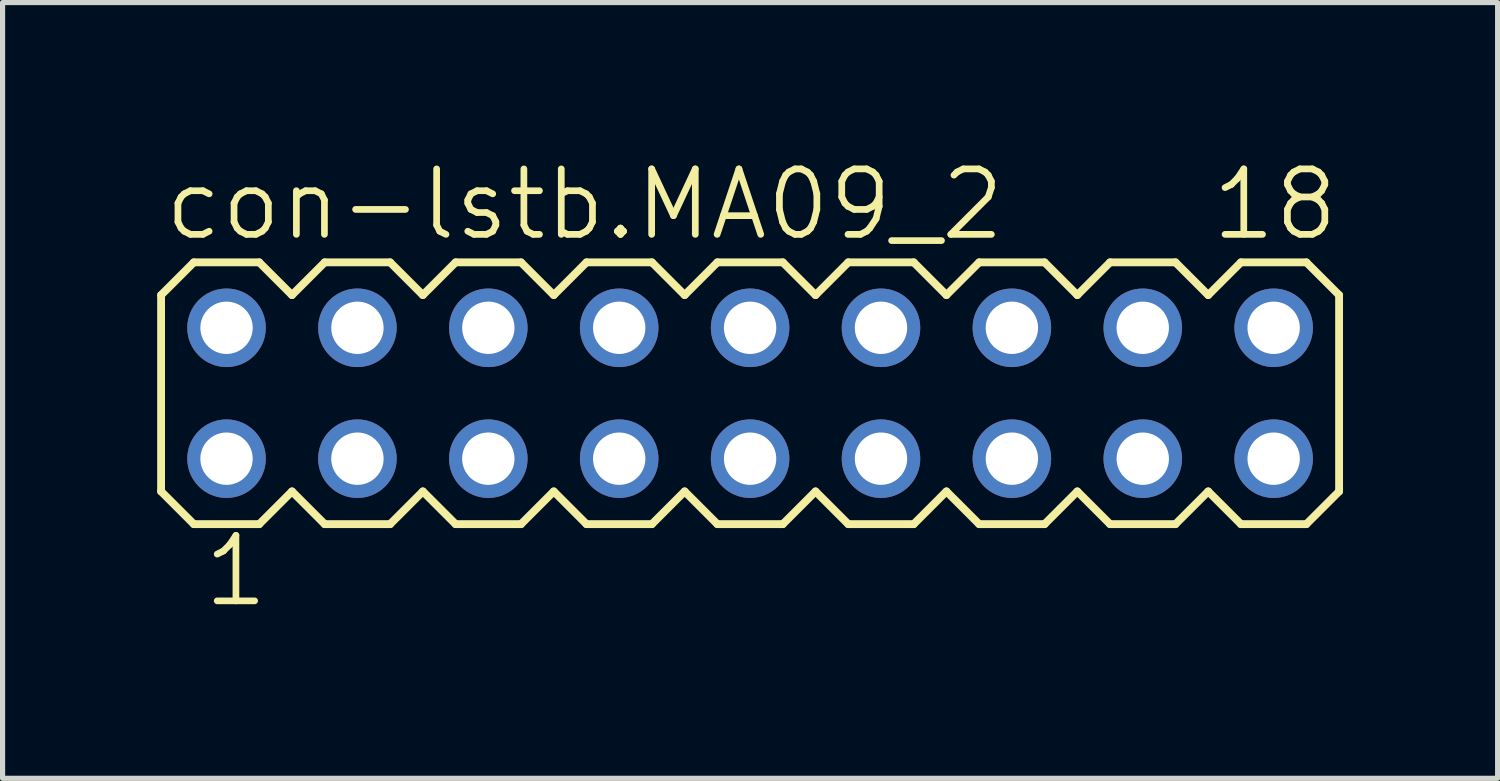
<source format=kicad_pcb>
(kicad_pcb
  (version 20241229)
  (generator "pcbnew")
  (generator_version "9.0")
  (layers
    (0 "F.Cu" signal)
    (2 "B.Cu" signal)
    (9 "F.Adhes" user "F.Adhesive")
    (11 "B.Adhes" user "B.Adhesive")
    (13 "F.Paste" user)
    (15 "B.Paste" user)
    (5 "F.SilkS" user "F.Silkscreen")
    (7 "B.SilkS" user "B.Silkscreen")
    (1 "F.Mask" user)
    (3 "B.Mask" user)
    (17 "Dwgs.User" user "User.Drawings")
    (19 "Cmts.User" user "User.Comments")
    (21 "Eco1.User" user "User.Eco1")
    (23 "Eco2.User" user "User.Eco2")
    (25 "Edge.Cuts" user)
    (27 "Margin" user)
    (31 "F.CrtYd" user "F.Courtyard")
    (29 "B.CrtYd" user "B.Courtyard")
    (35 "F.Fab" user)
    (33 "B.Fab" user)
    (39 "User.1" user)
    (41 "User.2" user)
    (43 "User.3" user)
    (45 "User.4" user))
  (footprint "con-lstb.MA09_2"
    (layer "F.Cu")
    (at 11.506 4.581)
    (property "Reference" "con-lstb.MA09_2" (at -11.43 -2.921 0) (layer "F.SilkS") (effects (font (size 1.27 1.27) (thickness 0.13)) (justify left bottom)))
    (attr through_hole)
    (fp_line (start -11.43 -1.905) (end -11.43 1.905) (stroke (width 0.152) (type default)) (layer "F.SilkS"))
    (fp_line (start -11.43 1.905) (end -10.795 2.54) (stroke (width 0.152) (type default)) (layer "F.SilkS"))
    (fp_line (start -10.795 -2.54) (end -11.43 -1.905) (stroke (width 0.152) (type default)) (layer "F.SilkS"))
    (fp_line (start -10.795 -2.54) (end -9.525 -2.54) (stroke (width 0.152) (type default)) (layer "F.SilkS"))
    (fp_line (start -9.525 -2.54) (end -8.89 -1.905) (stroke (width 0.152) (type default)) (layer "F.SilkS"))
    (fp_line (start -9.525 2.54) (end -10.795 2.54) (stroke (width 0.152) (type default)) (layer "F.SilkS"))
    (fp_line (start -8.89 -1.905) (end -8.255 -2.54) (stroke (width 0.152) (type default)) (layer "F.SilkS"))
    (fp_line (start -8.89 1.905) (end -9.525 2.54) (stroke (width 0.152) (type default)) (layer "F.SilkS"))
    (fp_line (start -8.255 -2.54) (end -6.985 -2.54) (stroke (width 0.152) (type default)) (layer "F.SilkS"))
    (fp_line (start -8.255 2.54) (end -8.89 1.905) (stroke (width 0.152) (type default)) (layer "F.SilkS"))
    (fp_line (start -6.985 -2.54) (end -6.35 -1.905) (stroke (width 0.152) (type default)) (layer "F.SilkS"))
    (fp_line (start -6.985 2.54) (end -8.255 2.54) (stroke (width 0.152) (type default)) (layer "F.SilkS"))
    (fp_line (start -6.35 -1.905) (end -5.715 -2.54) (stroke (width 0.152) (type default)) (layer "F.SilkS"))
    (fp_line (start -6.35 1.905) (end -6.985 2.54) (stroke (width 0.152) (type default)) (layer "F.SilkS"))
    (fp_line (start -5.715 -2.54) (end -4.445 -2.54) (stroke (width 0.152) (type default)) (layer "F.SilkS"))
    (fp_line (start -5.715 2.54) (end -6.35 1.905) (stroke (width 0.152) (type default)) (layer "F.SilkS"))
    (fp_line (start -4.445 -2.54) (end -3.81 -1.905) (stroke (width 0.152) (type default)) (layer "F.SilkS"))
    (fp_line (start -4.445 2.54) (end -5.715 2.54) (stroke (width 0.152) (type default)) (layer "F.SilkS"))
    (fp_line (start -3.81 1.905) (end -4.445 2.54) (stroke (width 0.152) (type default)) (layer "F.SilkS"))
    (fp_line (start -3.81 1.905) (end -3.175 2.54) (stroke (width 0.152) (type default)) (layer "F.SilkS"))
    (fp_line (start -3.175 -2.54) (end -3.81 -1.905) (stroke (width 0.152) (type default)) (layer "F.SilkS"))
    (fp_line (start -3.175 -2.54) (end -1.905 -2.54) (stroke (width 0.152) (type default)) (layer "F.SilkS"))
    (fp_line (start -1.905 -2.54) (end -1.27 -1.905) (stroke (width 0.152) (type default)) (layer "F.SilkS"))
    (fp_line (start -1.905 2.54) (end -3.175 2.54) (stroke (width 0.152) (type default)) (layer "F.SilkS"))
    (fp_line (start -1.27 -1.905) (end -0.635 -2.54) (stroke (width 0.152) (type default)) (layer "F.SilkS"))
    (fp_line (start -1.27 1.905) (end -1.905 2.54) (stroke (width 0.152) (type default)) (layer "F.SilkS"))
    (fp_line (start -0.635 -2.54) (end 0.635 -2.54) (stroke (width 0.152) (type default)) (layer "F.SilkS"))
    (fp_line (start -0.635 2.54) (end -1.27 1.905) (stroke (width 0.152) (type default)) (layer "F.SilkS"))
    (fp_line (start 0.635 -2.54) (end 1.27 -1.905) (stroke (width 0.152) (type default)) (layer "F.SilkS"))
    (fp_line (start 0.635 2.54) (end -0.635 2.54) (stroke (width 0.152) (type default)) (layer "F.SilkS"))
    (fp_line (start 1.27 -1.905) (end 1.905 -2.54) (stroke (width 0.152) (type default)) (layer "F.SilkS"))
    (fp_line (start 1.27 1.905) (end 0.635 2.54) (stroke (width 0.152) (type default)) (layer "F.SilkS"))
    (fp_line (start 1.905 -2.54) (end 3.175 -2.54) (stroke (width 0.152) (type default)) (layer "F.SilkS"))
    (fp_line (start 1.905 2.54) (end 1.27 1.905) (stroke (width 0.152) (type default)) (layer "F.SilkS"))
    (fp_line (start 3.175 -2.54) (end 3.81 -1.905) (stroke (width 0.152) (type default)) (layer "F.SilkS"))
    (fp_line (start 3.175 2.54) (end 1.905 2.54) (stroke (width 0.152) (type default)) (layer "F.SilkS"))
    (fp_line (start 3.81 1.905) (end 3.175 2.54) (stroke (width 0.152) (type default)) (layer "F.SilkS"))
    (fp_line (start 3.81 1.905) (end 4.445 2.54) (stroke (width 0.152) (type default)) (layer "F.SilkS"))
    (fp_line (start 4.445 -2.54) (end 3.81 -1.905) (stroke (width 0.152) (type default)) (layer "F.SilkS"))
    (fp_line (start 4.445 -2.54) (end 5.715 -2.54) (stroke (width 0.152) (type default)) (layer "F.SilkS"))
    (fp_line (start 5.715 -2.54) (end 6.35 -1.905) (stroke (width 0.152) (type default)) (layer "F.SilkS"))
    (fp_line (start 5.715 2.54) (end 4.445 2.54) (stroke (width 0.152) (type default)) (layer "F.SilkS"))
    (fp_line (start 6.35 -1.905) (end 6.985 -2.54) (stroke (width 0.152) (type default)) (layer "F.SilkS"))
    (fp_line (start 6.35 1.905) (end 5.715 2.54) (stroke (width 0.152) (type default)) (layer "F.SilkS"))
    (fp_line (start 6.985 -2.54) (end 8.255 -2.54) (stroke (width 0.152) (type default)) (layer "F.SilkS"))
    (fp_line (start 6.985 2.54) (end 6.35 1.905) (stroke (width 0.152) (type default)) (layer "F.SilkS"))
    (fp_line (start 6.985 2.54) (end 8.255 2.54) (stroke (width 0.152) (type default)) (layer "F.SilkS"))
    (fp_line (start 8.89 -1.905) (end 8.255 -2.54) (stroke (width 0.152) (type default)) (layer "F.SilkS"))
    (fp_line (start 8.89 -1.905) (end 9.525 -2.54) (stroke (width 0.152) (type default)) (layer "F.SilkS"))
    (fp_line (start 8.89 1.905) (end 8.255 2.54) (stroke (width 0.152) (type default)) (layer "F.SilkS"))
    (fp_line (start 8.89 1.905) (end 9.525 2.54) (stroke (width 0.152) (type default)) (layer "F.SilkS"))
    (fp_line (start 9.525 -2.54) (end 10.795 -2.54) (stroke (width 0.152) (type default)) (layer "F.SilkS"))
    (fp_line (start 9.525 2.54) (end 10.795 2.54) (stroke (width 0.152) (type default)) (layer "F.SilkS"))
    (fp_line (start 10.795 -2.54) (end 11.43 -1.905) (stroke (width 0.152) (type default)) (layer "F.SilkS"))
    (fp_line (start 11.43 -1.905) (end 11.43 1.905) (stroke (width 0.152) (type default)) (layer "F.SilkS"))
    (fp_line (start 11.43 1.905) (end 10.795 2.54) (stroke (width 0.152) (type default)) (layer "F.SilkS"))
    (fp_rect (start -10.414 -1.016) (end -9.906 -1.524) (stroke (width 0.05) (type default)) (fill no) (layer "F.Fab"))
    (fp_rect (start -10.414 1.524) (end -9.906 1.016) (stroke (width 0.05) (type default)) (fill no) (layer "F.Fab"))
    (fp_rect (start -7.874 -1.016) (end -7.366 -1.524) (stroke (width 0.05) (type default)) (fill no) (layer "F.Fab"))
    (fp_rect (start -7.874 1.524) (end -7.366 1.016) (stroke (width 0.05) (type default)) (fill no) (layer "F.Fab"))
    (fp_rect (start -5.334 -1.016) (end -4.826 -1.524) (stroke (width 0.05) (type default)) (fill no) (layer "F.Fab"))
    (fp_rect (start -5.334 1.524) (end -4.826 1.016) (stroke (width 0.05) (type default)) (fill no) (layer "F.Fab"))
    (fp_rect (start -2.794 -1.016) (end -2.286 -1.524) (stroke (width 0.05) (type default)) (fill no) (layer "F.Fab"))
    (fp_rect (start -2.794 1.524) (end -2.286 1.016) (stroke (width 0.05) (type default)) (fill no) (layer "F.Fab"))
    (fp_rect (start -0.254 -1.016) (end 0.254 -1.524) (stroke (width 0.05) (type default)) (fill no) (layer "F.Fab"))
    (fp_rect (start -0.254 1.524) (end 0.254 1.016) (stroke (width 0.05) (type default)) (fill no) (layer "F.Fab"))
    (fp_rect (start 2.286 -1.016) (end 2.794 -1.524) (stroke (width 0.05) (type default)) (fill no) (layer "F.Fab"))
    (fp_rect (start 2.286 1.524) (end 2.794 1.016) (stroke (width 0.05) (type default)) (fill no) (layer "F.Fab"))
    (fp_rect (start 4.826 -1.016) (end 5.334 -1.524) (stroke (width 0.05) (type default)) (fill no) (layer "F.Fab"))
    (fp_rect (start 4.826 1.524) (end 5.334 1.016) (stroke (width 0.05) (type default)) (fill no) (layer "F.Fab"))
    (fp_rect (start 7.366 -1.016) (end 7.874 -1.524) (stroke (width 0.05) (type default)) (fill no) (layer "F.Fab"))
    (fp_rect (start 7.366 1.524) (end 7.874 1.016) (stroke (width 0.05) (type default)) (fill no) (layer "F.Fab"))
    (fp_rect (start 9.906 -1.016) (end 10.414 -1.524) (stroke (width 0.05) (type default)) (fill no) (layer "F.Fab"))
    (fp_rect (start 9.906 1.524) (end 10.414 1.016) (stroke (width 0.05) (type default)) (fill no) (layer "F.Fab"))
    (fp_text user "18" (at 8.89 -2.921 0) (layer "F.SilkS") (effects (font (size 1.27 1.27) (thickness 0.13)) (justify left bottom)))
    (fp_text user "1" (at -10.668 4.191 0) (layer "F.SilkS") (effects (font (size 1.27 1.27) (thickness 0.13)) (justify left bottom)))
    (pad "1" thru_hole circle (at -10.16 1.27) (size 1.524 1.524) (drill 1.016) (layers "*.Cu" "*.Mask"))
    (pad "2" thru_hole circle (at -10.16 -1.27) (size 1.524 1.524) (drill 1.016) (layers "*.Cu" "*.Mask"))
    (pad "3" thru_hole circle (at -7.62 1.27) (size 1.524 1.524) (drill 1.016) (layers "*.Cu" "*.Mask"))
    (pad "4" thru_hole circle (at -7.62 -1.27) (size 1.524 1.524) (drill 1.016) (layers "*.Cu" "*.Mask"))
    (pad "5" thru_hole circle (at -5.08 1.27) (size 1.524 1.524) (drill 1.016) (layers "*.Cu" "*.Mask"))
    (pad "6" thru_hole circle (at -5.08 -1.27) (size 1.524 1.524) (drill 1.016) (layers "*.Cu" "*.Mask"))
    (pad "7" thru_hole circle (at -2.54 1.27) (size 1.524 1.524) (drill 1.016) (layers "*.Cu" "*.Mask"))
    (pad "8" thru_hole circle (at -2.54 -1.27) (size 1.524 1.524) (drill 1.016) (layers "*.Cu" "*.Mask"))
    (pad "9" thru_hole circle (at 0 1.27) (size 1.524 1.524) (drill 1.016) (layers "*.Cu" "*.Mask"))
    (pad "10" thru_hole circle (at 0 -1.27) (size 1.524 1.524) (drill 1.016) (layers "*.Cu" "*.Mask"))
    (pad "11" thru_hole circle (at 2.54 1.27) (size 1.524 1.524) (drill 1.016) (layers "*.Cu" "*.Mask"))
    (pad "12" thru_hole circle (at 2.54 -1.27) (size 1.524 1.524) (drill 1.016) (layers "*.Cu" "*.Mask"))
    (pad "13" thru_hole circle (at 5.08 1.27) (size 1.524 1.524) (drill 1.016) (layers "*.Cu" "*.Mask"))
    (pad "14" thru_hole circle (at 5.08 -1.27) (size 1.524 1.524) (drill 1.016) (layers "*.Cu" "*.Mask"))
    (pad "15" thru_hole circle (at 7.62 1.27) (size 1.524 1.524) (drill 1.016) (layers "*.Cu" "*.Mask"))
    (pad "16" thru_hole circle (at 7.62 -1.27) (size 1.524 1.524) (drill 1.016) (layers "*.Cu" "*.Mask"))
    (pad "17" thru_hole circle (at 10.16 1.27) (size 1.524 1.524) (drill 1.016) (layers "*.Cu" "*.Mask"))
    (pad "18" thru_hole circle (at 10.16 -1.27) (size 1.524 1.524) (drill 1.016) (layers "*.Cu" "*.Mask")))
  (gr_rect
    (start -3 -3)
    (end 26.012 12.054)
    (stroke (width 0.1) (type default))
    (fill no)
    (layer "Edge.Cuts")))
</source>
